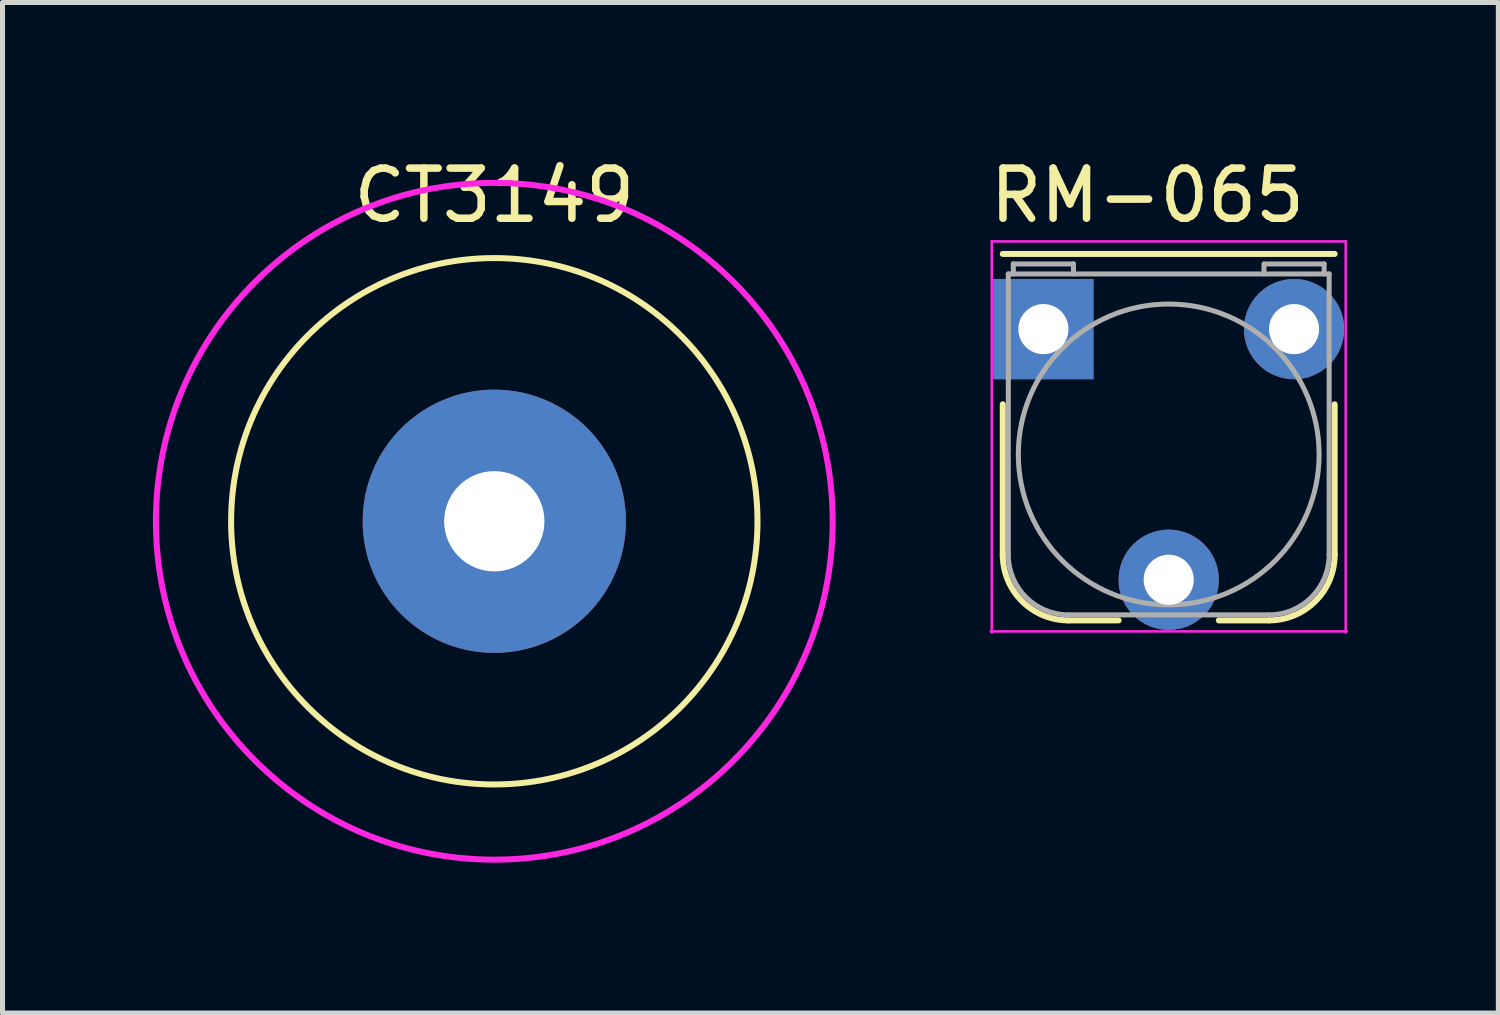
<source format=kicad_pcb>
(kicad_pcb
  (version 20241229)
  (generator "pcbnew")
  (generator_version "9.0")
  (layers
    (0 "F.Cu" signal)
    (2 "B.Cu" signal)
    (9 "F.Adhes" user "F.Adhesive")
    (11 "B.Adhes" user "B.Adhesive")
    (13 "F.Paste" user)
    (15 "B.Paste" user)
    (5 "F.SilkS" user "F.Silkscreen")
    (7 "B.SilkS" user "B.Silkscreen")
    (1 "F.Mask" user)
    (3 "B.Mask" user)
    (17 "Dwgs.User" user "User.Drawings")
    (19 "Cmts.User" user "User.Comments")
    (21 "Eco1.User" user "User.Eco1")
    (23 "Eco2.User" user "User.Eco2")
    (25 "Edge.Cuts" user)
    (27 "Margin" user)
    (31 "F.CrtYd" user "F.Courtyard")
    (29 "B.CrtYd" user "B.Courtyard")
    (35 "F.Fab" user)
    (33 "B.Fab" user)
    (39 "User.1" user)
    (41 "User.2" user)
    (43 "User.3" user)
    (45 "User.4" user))
  (footprint "RM-065"
    (layer "F.Cu")
    (at 17.763 3.515)
    (property "Reference" "RM-065" (at -1.143 -2.667 0) (layer "F.SilkS") (effects (font (size 1 1) (thickness 0.15)) (justify left)))
    (attr through_hole)
    (fp_line (start -0.81 -1.5) (end 5.81 -1.5) (stroke (width 0.12) (type solid)) (layer "F.SilkS"))
    (fp_line (start -0.81 4.5) (end -0.81 1.5) (stroke (width 0.12) (type solid)) (layer "F.SilkS"))
    (fp_line (start 1.5 5.81) (end 0.5 5.81) (stroke (width 0.12) (type solid)) (layer "F.SilkS"))
    (fp_line (start 4.5 5.81) (end 3.5 5.81) (stroke (width 0.12) (type solid)) (layer "F.SilkS"))
    (fp_line (start 5.81 1.5) (end 5.81 4.5) (stroke (width 0.12) (type solid)) (layer "F.SilkS"))
    (fp_arc (start 0.5 5.81) (mid -0.42631 5.42631) (end -0.81 4.5) (stroke (width 0.12) (type solid)) (layer "F.SilkS"))
    (fp_arc (start 5.81 4.5) (mid 5.42631 5.42631) (end 4.5 5.81) (stroke (width 0.12) (type solid)) (layer "F.SilkS"))
    (fp_line (start -1.03 -1.75) (end -1.03 6.05) (stroke (width 0.05) (type solid)) (layer "F.CrtYd"))
    (fp_line (start -1.03 -1.75) (end 6.03 -1.75) (stroke (width 0.05) (type solid)) (layer "F.CrtYd"))
    (fp_line (start 6.03 6.05) (end 6.03 -1.75) (stroke (width 0.05) (type solid)) (layer "F.CrtYd"))
    (fp_line (start 6.05 6.03) (end -1.05 6.03) (stroke (width 0.05) (type solid)) (layer "F.CrtYd"))
    (fp_line (start -0.7 4.5) (end -0.7 -1.1) (stroke (width 0.1) (type solid)) (layer "F.Fab"))
    (fp_line (start -0.6 -1.3) (end 0.6 -1.3) (stroke (width 0.1) (type solid)) (layer "F.Fab"))
    (fp_line (start -0.6 -1.1) (end -0.6 -1.3) (stroke (width 0.1) (type solid)) (layer "F.Fab"))
    (fp_line (start 0.5 5.7) (end 4.5 5.7) (stroke (width 0.1) (type solid)) (layer "F.Fab"))
    (fp_line (start 0.6 -1.3) (end 0.6 -1.1) (stroke (width 0.1) (type solid)) (layer "F.Fab"))
    (fp_line (start 4.4 -1.3) (end 4.4 -1.1) (stroke (width 0.1) (type solid)) (layer "F.Fab"))
    (fp_line (start 5.6 -1.3) (end 4.41 -1.3) (stroke (width 0.1) (type solid)) (layer "F.Fab"))
    (fp_line (start 5.6 -1.1) (end 5.6 -1.3) (stroke (width 0.1) (type solid)) (layer "F.Fab"))
    (fp_line (start 5.7 -1.1) (end -0.7 -1.1) (stroke (width 0.1) (type solid)) (layer "F.Fab"))
    (fp_line (start 5.7 4.5) (end 5.7 -1.1) (stroke (width 0.1) (type solid)) (layer "F.Fab"))
    (fp_arc (start 0.5 5.7) (mid -0.348528 5.348528) (end -0.7 4.5) (stroke (width 0.1) (type solid)) (layer "F.Fab"))
    (fp_arc (start 5.7 4.5) (mid 5.348528 5.348528) (end 4.5 5.7) (stroke (width 0.1) (type solid)) (layer "F.Fab"))
    (fp_circle (center 2.5 2.5) (end 5.5 2.5) (stroke (width 0.1) (type solid)) (fill no) (layer "F.Fab"))
    (pad "1" thru_hole rect (at 0 0) (size 2 2) (drill 1) (layers "*.Cu" "*.Mask"))
    (pad "2" thru_hole circle (at 2.5 5) (size 2 2) (drill 1) (layers "*.Cu" "*.Mask"))
    (pad "3" thru_hole circle (at 5 0) (size 2 2) (drill 1) (layers "*.Cu" "*.Mask")))
  (footprint "CT3149"
    (layer "F.Cu")
    (at 6.81 7.348)
    (property "Reference" "CT3149" (at 0 -6.5 0) (layer "F.SilkS") (effects (font (size 1 1) (thickness 0.15))))
    (attr through_hole)
    (fp_circle (center 0 0) (end 5.25 0) (stroke (width 0.12) (type solid)) (fill no) (layer "F.SilkS"))
    (fp_circle (center 0 0) (end 6.75 0) (stroke (width 0.12) (type solid)) (fill no) (layer "F.CrtYd"))
    (pad "1" thru_hole circle (at 0 0) (size 5.25 5.25) (drill 2) (layers "*.Cu" "*.Mask")))
  (gr_rect
    (start -3 -3)
    (end 26.838 17.158)
    (stroke (width 0.1) (type default))
    (fill no)
    (layer "Edge.Cuts")))
</source>
